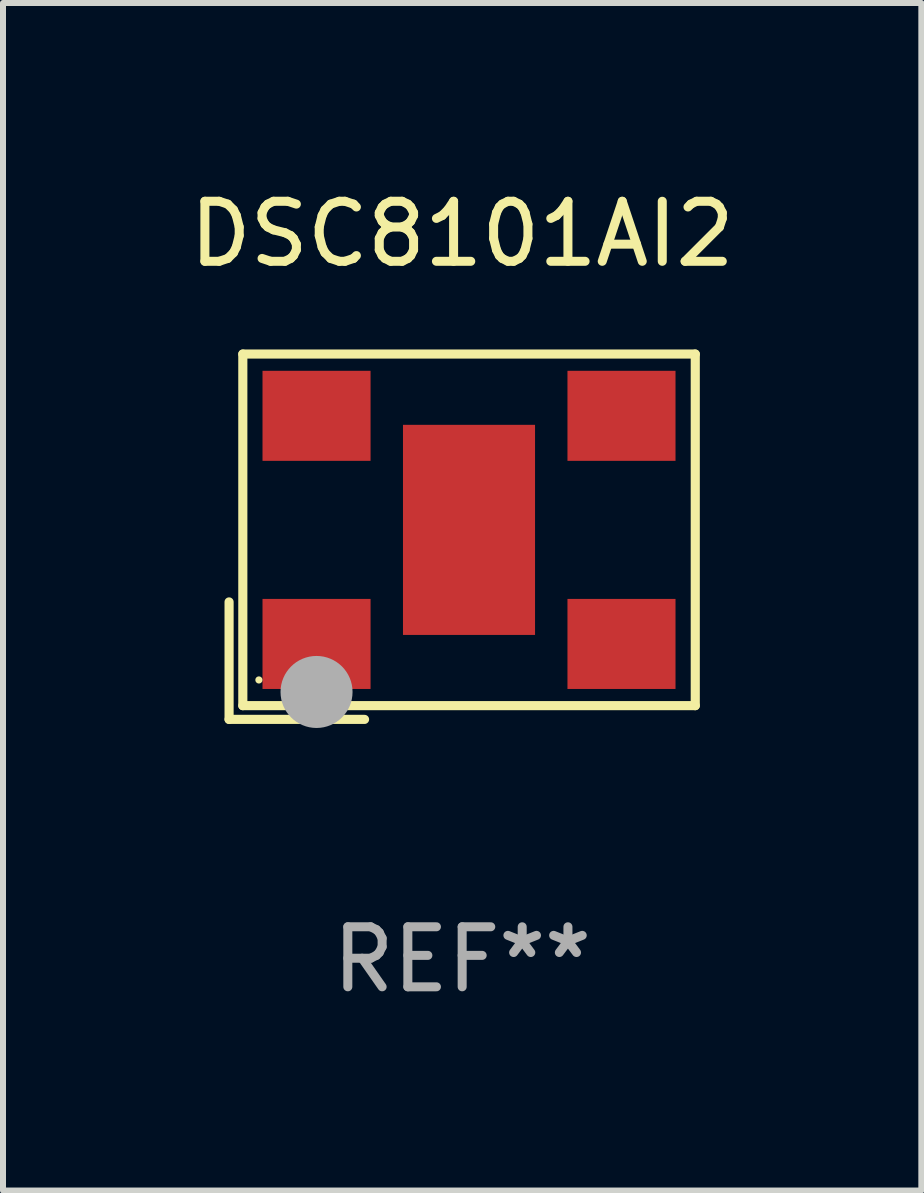
<source format=kicad_pcb>
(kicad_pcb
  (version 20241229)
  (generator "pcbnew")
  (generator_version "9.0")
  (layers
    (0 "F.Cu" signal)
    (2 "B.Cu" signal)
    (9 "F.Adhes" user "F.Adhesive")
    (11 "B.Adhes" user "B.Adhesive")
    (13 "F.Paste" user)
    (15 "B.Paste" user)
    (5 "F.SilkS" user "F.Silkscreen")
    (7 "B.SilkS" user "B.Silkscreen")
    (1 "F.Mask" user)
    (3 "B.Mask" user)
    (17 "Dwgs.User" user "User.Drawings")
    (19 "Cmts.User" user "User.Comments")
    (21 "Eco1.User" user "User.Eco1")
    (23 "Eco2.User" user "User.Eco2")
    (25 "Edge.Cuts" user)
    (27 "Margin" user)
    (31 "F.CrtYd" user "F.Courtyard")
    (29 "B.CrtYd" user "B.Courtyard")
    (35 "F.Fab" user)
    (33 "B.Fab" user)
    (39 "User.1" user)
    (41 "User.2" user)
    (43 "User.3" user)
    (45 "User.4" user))
  (footprint "DSC8101AI2"
    (layer "F.Cu")
    (at 4.649 5.891)
    (property "Reference" "DSC8101AI2" (at 0 -5.043 0) (layer "F.SilkS") (effects (font (size 1 1) (thickness 0.15))))
    (attr through_hole)
    (fp_line (start -3.883 1.086) (end -3.883 3.043) (stroke (width 0.152) (type solid)) (layer "F.SilkS"))
    (fp_line (start -3.883 3.043) (end -1.626 3.043) (stroke (width 0.152) (type solid)) (layer "F.SilkS"))
    (fp_line (start -3.654 -3.043) (end 3.883 -3.043) (stroke (width 0.152) (type solid)) (layer "F.SilkS"))
    (fp_line (start -3.654 2.814) (end -3.654 -3.043) (stroke (width 0.152) (type solid)) (layer "F.SilkS"))
    (fp_line (start 3.883 -3.043) (end 3.883 2.814) (stroke (width 0.152) (type solid)) (layer "F.SilkS"))
    (fp_line (start 3.883 2.814) (end -3.654 2.814) (stroke (width 0.152) (type solid)) (layer "F.SilkS"))
    (fp_circle (center -3.386 2.386) (end -3.356 2.386) (stroke (width 0.06) (type solid)) (fill no) (layer "F.SilkS"))
    (fp_circle (center -2.426 2.586) (end -2.126 2.586) (stroke (width 0.6) (type solid)) (fill no) (layer "F.Fab"))
    (fp_text user "REF**" (at 0 7.043 0) (layer "F.Fab") (effects (font (size 1 1) (thickness 0.15))))
    (pad "1" smd rect (at -2.426 1.786) (size 1.8 1.5) (layers "F.Cu" "F.Mask" "F.Paste"))
    (pad "2" smd rect (at 2.654 1.786) (size 1.8 1.5) (layers "F.Cu" "F.Mask" "F.Paste"))
    (pad "3" smd rect (at 2.654 -2.014) (size 1.8 1.5) (layers "F.Cu" "F.Mask" "F.Paste"))
    (pad "4" smd rect (at -2.426 -2.014) (size 1.8 1.5) (layers "F.Cu" "F.Mask" "F.Paste"))
    (pad "5" smd rect (at 0.114 -0.114) (size 2.2 3.5) (layers "F.Cu" "F.Mask" "F.Paste")))
  (gr_rect
    (start -3 -3)
    (end 12.298 16.782)
    (stroke (width 0.1) (type default))
    (fill no)
    (layer "Edge.Cuts")))
</source>
